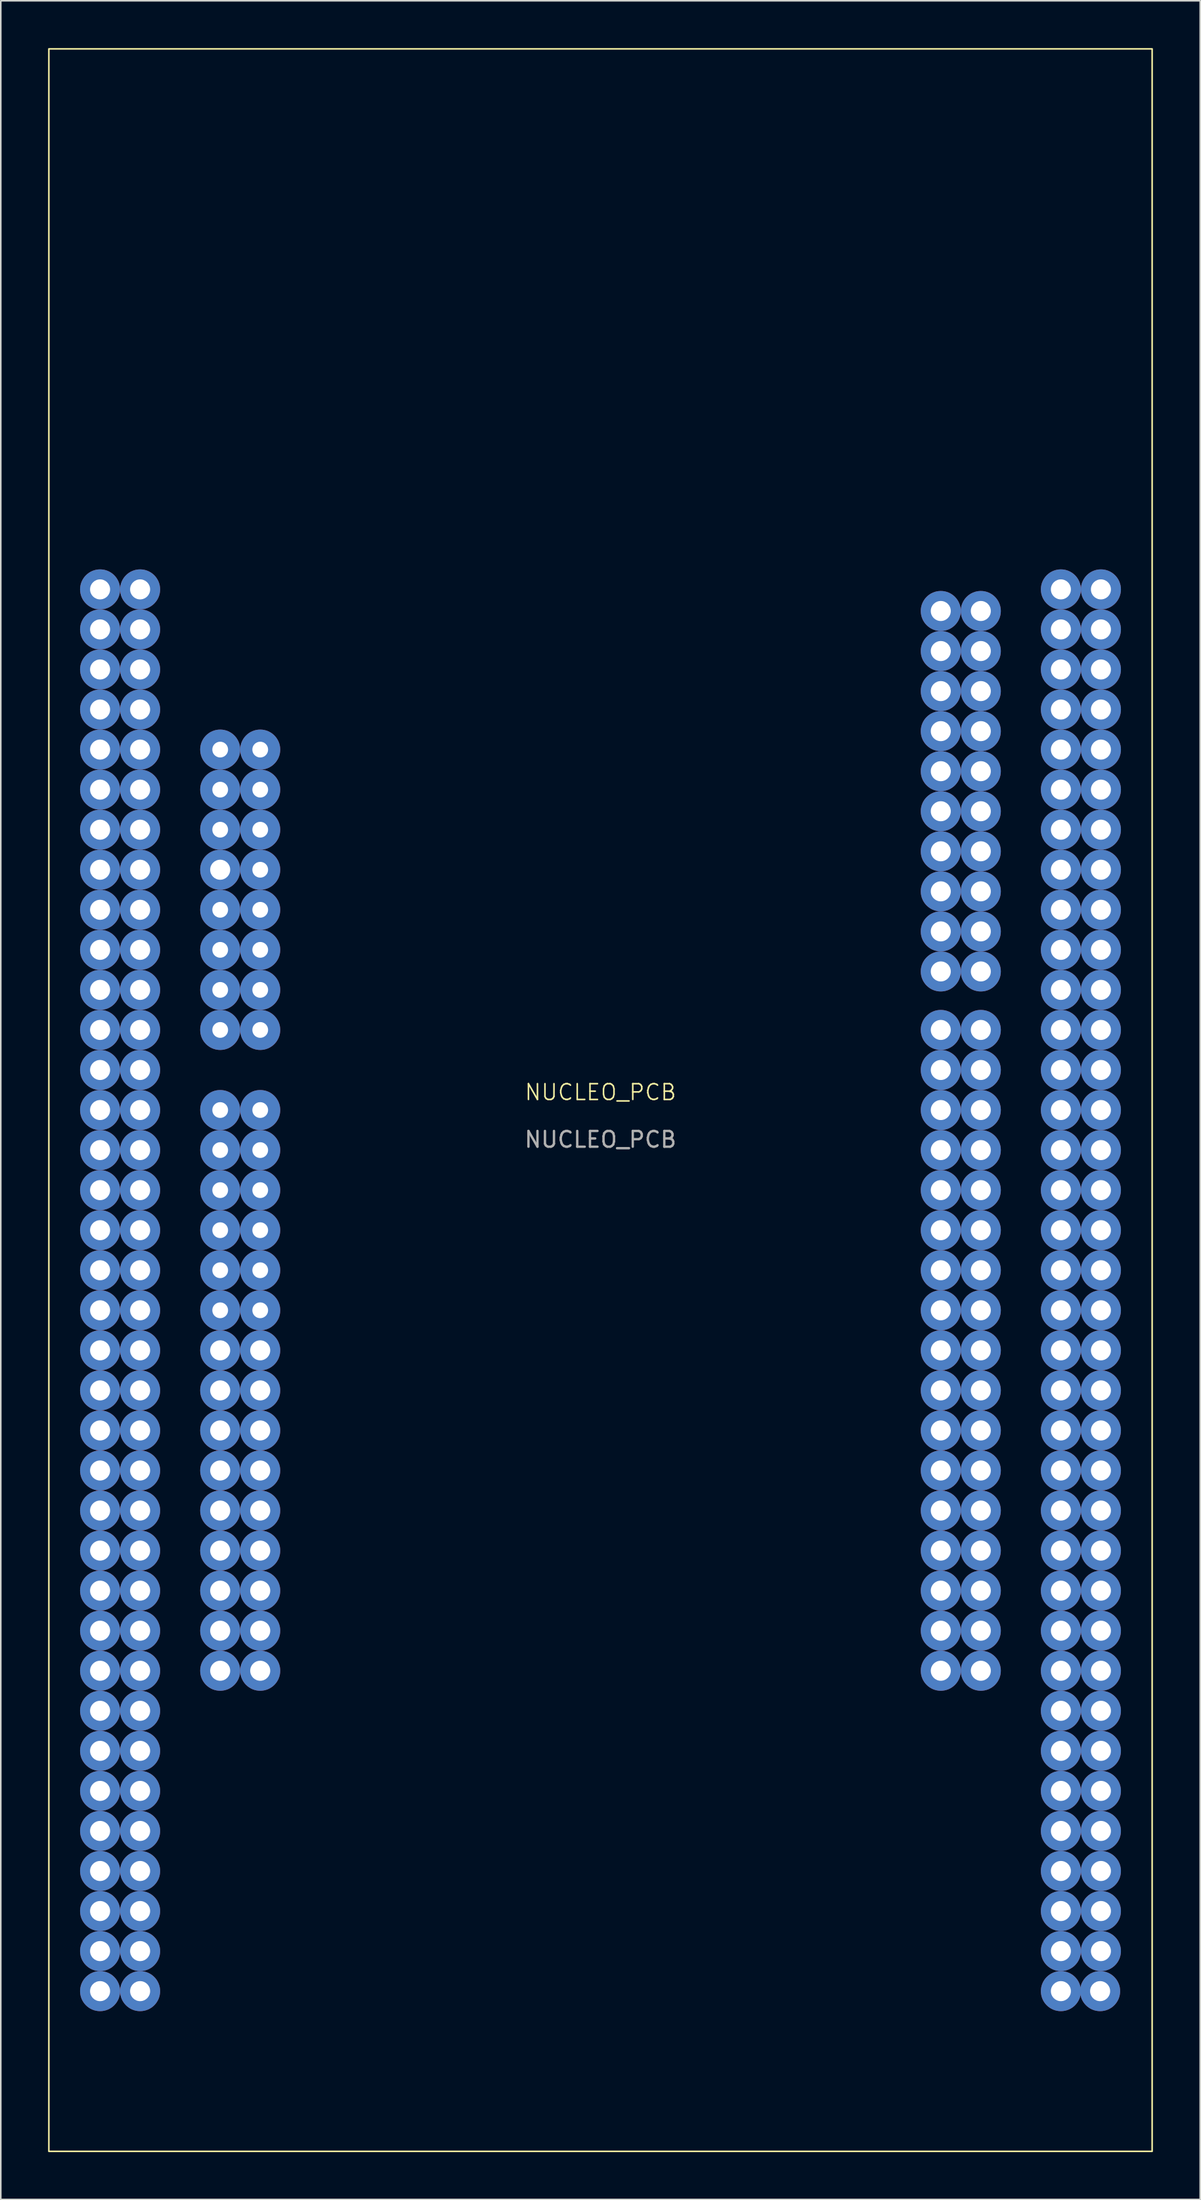
<source format=kicad_pcb>
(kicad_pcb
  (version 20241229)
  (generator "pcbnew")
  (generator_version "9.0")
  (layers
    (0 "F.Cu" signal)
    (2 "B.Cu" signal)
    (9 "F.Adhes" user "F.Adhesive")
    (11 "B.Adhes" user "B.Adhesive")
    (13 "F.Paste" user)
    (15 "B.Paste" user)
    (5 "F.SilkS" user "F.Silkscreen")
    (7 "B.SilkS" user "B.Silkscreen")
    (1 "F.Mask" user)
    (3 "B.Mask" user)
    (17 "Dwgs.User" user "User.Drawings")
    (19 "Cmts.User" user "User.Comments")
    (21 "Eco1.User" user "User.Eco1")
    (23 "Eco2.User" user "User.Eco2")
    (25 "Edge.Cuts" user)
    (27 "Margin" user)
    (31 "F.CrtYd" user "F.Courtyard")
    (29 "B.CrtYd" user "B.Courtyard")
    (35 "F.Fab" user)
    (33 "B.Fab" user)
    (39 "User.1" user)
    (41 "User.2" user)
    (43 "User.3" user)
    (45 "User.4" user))
  (footprint "NUCLEO_PCB"
    (layer "F.Cu")
    (at 35.05 66.72)
    (property "Reference" "NUCLEO_PCB" (at 0 -0.5 0) (unlocked yes) (layer "F.SilkS") (effects (font (size 1 1) (thickness 0.1))))
    (attr smd)
    (fp_rect (start -35 -66.67) (end 35 66.67) (stroke (width 0.1) (type default)) (fill no) (layer "F.SilkS"))
    (fp_text user "${REFERENCE}" (at 0 2.5 0) (unlocked yes) (layer "F.Fab") (effects (font (size 1 1) (thickness 0.15))))
    (pad "" thru_hole circle (at -31.75 -32.39 90) (size 2.54 2.54) (drill 1.27) (layers "*.Cu" "*.Mask"))
    (pad "" thru_hole circle (at -31.75 -29.85 90) (size 2.54 2.54) (drill 1.27) (layers "*.Cu" "*.Mask"))
    (pad "" thru_hole circle (at -31.75 -27.31 90) (size 2.54 2.54) (drill 1.27) (layers "*.Cu" "*.Mask"))
    (pad "" thru_hole circle (at -31.75 -24.77 90) (size 2.54 2.54) (drill 1.27) (layers "*.Cu" "*.Mask"))
    (pad "" thru_hole circle (at -31.75 -22.23 90) (size 2.54 2.54) (drill 1.27) (layers "*.Cu" "*.Mask"))
    (pad "" thru_hole circle (at -31.75 -19.69 90) (size 2.54 2.54) (drill 1.27) (layers "*.Cu" "*.Mask"))
    (pad "" thru_hole circle (at -31.75 -17.15 90) (size 2.54 2.54) (drill 1.27) (layers "*.Cu" "*.Mask"))
    (pad "" thru_hole circle (at -31.75 -14.61 90) (size 2.54 2.54) (drill 1.27) (layers "*.Cu" "*.Mask"))
    (pad "" thru_hole circle (at -31.75 -12.07 90) (size 2.54 2.54) (drill 1.27) (layers "*.Cu" "*.Mask"))
    (pad "" thru_hole circle (at -31.75 -9.53 90) (size 2.54 2.54) (drill 1.27) (layers "*.Cu" "*.Mask"))
    (pad "" thru_hole circle (at -31.75 -6.99 90) (size 2.54 2.54) (drill 1.27) (layers "*.Cu" "*.Mask"))
    (pad "" thru_hole circle (at -31.75 -4.45 90) (size 2.54 2.54) (drill 1.27) (layers "*.Cu" "*.Mask"))
    (pad "" thru_hole circle (at -31.75 -1.91 90) (size 2.54 2.54) (drill 1.27) (layers "*.Cu" "*.Mask"))
    (pad "" thru_hole circle (at -31.75 0.63 90) (size 2.54 2.54) (drill 1.27) (layers "*.Cu" "*.Mask"))
    (pad "" thru_hole circle (at -31.75 3.17 90) (size 2.54 2.54) (drill 1.27) (layers "*.Cu" "*.Mask"))
    (pad "" thru_hole circle (at -31.75 5.71 90) (size 2.54 2.54) (drill 1.27) (layers "*.Cu" "*.Mask"))
    (pad "" thru_hole circle (at -31.75 8.25 90) (size 2.54 2.54) (drill 1.27) (layers "*.Cu" "*.Mask"))
    (pad "" thru_hole circle (at -31.75 10.79 90) (size 2.54 2.54) (drill 1.27) (layers "*.Cu" "*.Mask"))
    (pad "" thru_hole circle (at -31.75 13.33 90) (size 2.54 2.54) (drill 1.27) (layers "*.Cu" "*.Mask"))
    (pad "" thru_hole circle (at -31.75 15.87 90) (size 2.54 2.54) (drill 1.27) (layers "*.Cu" "*.Mask"))
    (pad "" thru_hole circle (at -31.75 18.41 90) (size 2.54 2.54) (drill 1.27) (layers "*.Cu" "*.Mask"))
    (pad "" thru_hole circle (at -31.75 20.95 90) (size 2.54 2.54) (drill 1.27) (layers "*.Cu" "*.Mask"))
    (pad "" thru_hole circle (at -31.75 23.49 90) (size 2.54 2.54) (drill 1.27) (layers "*.Cu" "*.Mask"))
    (pad "" thru_hole circle (at -31.75 26.03 90) (size 2.54 2.54) (drill 1.27) (layers "*.Cu" "*.Mask"))
    (pad "" thru_hole circle (at -31.75 28.57 90) (size 2.54 2.54) (drill 1.27) (layers "*.Cu" "*.Mask"))
    (pad "" thru_hole circle (at -31.75 31.11 90) (size 2.54 2.54) (drill 1.27) (layers "*.Cu" "*.Mask" "Eco2.User"))
    (pad "" thru_hole circle (at -31.75 33.65 90) (size 2.54 2.54) (drill 1.27) (layers "*.Cu" "*.Mask"))
    (pad "" thru_hole circle (at -31.75 36.19 90) (size 2.54 2.54) (drill 1.27) (layers "*.Cu" "*.Mask"))
    (pad "" thru_hole circle (at -31.75 38.73 90) (size 2.54 2.54) (drill 1.27) (layers "*.Cu" "*.Mask"))
    (pad "" thru_hole circle (at -31.75 41.27 90) (size 2.54 2.54) (drill 1.27) (layers "*.Cu" "*.Mask"))
    (pad "" thru_hole circle (at -31.75 43.81 90) (size 2.54 2.54) (drill 1.27) (layers "*.Cu" "*.Mask" "Eco2.User"))
    (pad "" thru_hole circle (at -31.75 46.35 90) (size 2.54 2.54) (drill 1.27) (layers "*.Cu" "*.Mask"))
    (pad "" thru_hole circle (at -31.75 48.89 90) (size 2.54 2.54) (drill 1.27) (layers "*.Cu" "*.Mask"))
    (pad "" thru_hole circle (at -31.75 51.43 90) (size 2.54 2.54) (drill 1.27) (layers "*.Cu" "*.Mask"))
    (pad "" thru_hole circle (at -31.75 53.97 90) (size 2.54 2.54) (drill 1.27) (layers "*.Cu" "*.Mask"))
    (pad "" thru_hole circle (at -31.75 56.51 90) (size 2.54 2.54) (drill 1.27) (layers "*.Cu" "*.Mask"))
    (pad "" thru_hole circle (at -29.21 -32.39 90) (size 2.54 2.54) (drill 1.27) (layers "*.Cu" "*.Mask"))
    (pad "" thru_hole circle (at -29.21 -29.85 90) (size 2.54 2.54) (drill 1.27) (layers "*.Cu" "*.Mask"))
    (pad "" thru_hole circle (at -29.21 -27.31 90) (size 2.54 2.54) (drill 1.27) (layers "*.Cu" "*.Mask"))
    (pad "" thru_hole circle (at -29.21 -24.77 90) (size 2.54 2.54) (drill 1.27) (layers "*.Cu" "*.Mask"))
    (pad "" thru_hole circle (at -29.21 -22.23 90) (size 2.54 2.54) (drill 1.27) (layers "*.Cu" "*.Mask"))
    (pad "" thru_hole circle (at -29.21 -19.69 90) (size 2.54 2.54) (drill 1.27) (layers "*.Cu" "*.Mask"))
    (pad "" thru_hole circle (at -29.21 -17.15 90) (size 2.54 2.54) (drill 1.27) (layers "*.Cu" "*.Mask"))
    (pad "" thru_hole circle (at -29.21 -14.61 90) (size 2.54 2.54) (drill 1.27) (layers "*.Cu" "*.Mask"))
    (pad "" thru_hole circle (at -29.21 -12.07 90) (size 2.54 2.54) (drill 1.27) (layers "*.Cu" "*.Mask"))
    (pad "" thru_hole circle (at -29.21 -9.53 90) (size 2.54 2.54) (drill 1.27) (layers "*.Cu" "*.Mask"))
    (pad "" thru_hole circle (at -29.21 -6.99 90) (size 2.54 2.54) (drill 1.27) (layers "*.Cu" "*.Mask"))
    (pad "" thru_hole circle (at -29.21 -4.45 90) (size 2.54 2.54) (drill 1.27) (layers "*.Cu" "*.Mask"))
    (pad "" thru_hole circle (at -29.21 -1.91 90) (size 2.54 2.54) (drill 1.27) (layers "*.Cu" "*.Mask"))
    (pad "" thru_hole circle (at -29.21 0.63 90) (size 2.54 2.54) (drill 1.27) (layers "*.Cu" "*.Mask"))
    (pad "" thru_hole circle (at -29.21 3.17 90) (size 2.54 2.54) (drill 1.27) (layers "*.Cu" "*.Mask"))
    (pad "" thru_hole circle (at -29.21 5.71 90) (size 2.54 2.54) (drill 1.27) (layers "*.Cu" "*.Mask"))
    (pad "" thru_hole circle (at -29.21 8.25 90) (size 2.54 2.54) (drill 1.27) (layers "*.Cu" "*.Mask"))
    (pad "" thru_hole circle (at -29.21 10.79 90) (size 2.54 2.54) (drill 1.27) (layers "*.Cu" "*.Mask"))
    (pad "" thru_hole circle (at -29.21 13.33 90) (size 2.54 2.54) (drill 1.27) (layers "*.Cu" "*.Mask"))
    (pad "" thru_hole circle (at -29.21 15.87 90) (size 2.54 2.54) (drill 1.27) (layers "*.Cu" "*.Mask"))
    (pad "" thru_hole circle (at -29.21 18.41 90) (size 2.54 2.54) (drill 1.27) (layers "*.Cu" "*.Mask"))
    (pad "" thru_hole circle (at -29.21 20.95 90) (size 2.54 2.54) (drill 1.27) (layers "*.Cu" "*.Mask"))
    (pad "" thru_hole circle (at -29.21 23.49 90) (size 2.54 2.54) (drill 1.27) (layers "*.Cu" "*.Mask"))
    (pad "" thru_hole circle (at -29.21 26.03 90) (size 2.54 2.54) (drill 1.27) (layers "*.Cu" "*.Mask"))
    (pad "" thru_hole circle (at -29.21 28.57 90) (size 2.54 2.54) (drill 1.27) (layers "*.Cu" "*.Mask"))
    (pad "" thru_hole circle (at -29.21 31.11 90) (size 2.54 2.54) (drill 1.27) (layers "*.Cu" "*.Mask" "Eco2.User"))
    (pad "" thru_hole circle (at -29.21 33.65 90) (size 2.54 2.54) (drill 1.27) (layers "*.Cu" "*.Mask"))
    (pad "" thru_hole circle (at -29.21 36.19 90) (size 2.54 2.54) (drill 1.27) (layers "*.Cu" "*.Mask"))
    (pad "" thru_hole circle (at -29.21 38.73 90) (size 2.54 2.54) (drill 1.27) (layers "*.Cu" "*.Mask"))
    (pad "" thru_hole circle (at -29.21 41.27 90) (size 2.54 2.54) (drill 1.27) (layers "*.Cu" "*.Mask"))
    (pad "" thru_hole circle (at -29.21 43.81 90) (size 2.54 2.54) (drill 1.27) (layers "*.Cu" "*.Mask" "Eco2.User"))
    (pad "" thru_hole circle (at -29.21 46.35 90) (size 2.54 2.54) (drill 1.27) (layers "*.Cu" "*.Mask"))
    (pad "" thru_hole circle (at -29.21 48.89 90) (size 2.54 2.54) (drill 1.27) (layers "*.Cu" "*.Mask"))
    (pad "" thru_hole circle (at -29.21 51.43 90) (size 2.54 2.54) (drill 1.27) (layers "*.Cu" "*.Mask"))
    (pad "" thru_hole circle (at -29.21 53.97 90) (size 2.54 2.54) (drill 1.27) (layers "*.Cu" "*.Mask"))
    (pad "" thru_hole circle (at -29.21 56.51 90) (size 2.54 2.54) (drill 1.27) (layers "*.Cu" "*.Mask"))
    (pad "" thru_hole circle (at -24.13 15.87 90) (size 2.54 2.54) (drill 1.27) (layers "*.Cu" "*.Mask"))
    (pad "" thru_hole circle (at -24.13 18.41 90) (size 2.54 2.54) (drill 1.27) (layers "*.Cu" "*.Mask"))
    (pad "" thru_hole circle (at -24.13 20.95 90) (size 2.54 2.54) (drill 1.27) (layers "*.Cu" "*.Mask"))
    (pad "" thru_hole circle (at -24.13 23.49 90) (size 2.54 2.54) (drill 1.27) (layers "*.Cu" "*.Mask"))
    (pad "" thru_hole circle (at -24.13 26.03 90) (size 2.54 2.54) (drill 1.27) (layers "*.Cu" "*.Mask" "Eco2.User"))
    (pad "" thru_hole circle (at -24.13 28.57 90) (size 2.54 2.54) (drill 1.27) (layers "*.Cu" "*.Mask"))
    (pad "" thru_hole circle (at -24.13 31.11 90) (size 2.54 2.54) (drill 1.27) (layers "*.Cu" "*.Mask"))
    (pad "" thru_hole circle (at -24.13 33.65 90) (size 2.54 2.54) (drill 1.27) (layers "*.Cu" "*.Mask"))
    (pad "" thru_hole circle (at -24.13 36.19 90) (size 2.54 2.54) (drill 1.27) (layers "*.Cu" "*.Mask"))
    (pad "" thru_hole circle (at -21.59 15.87 90) (size 2.54 2.54) (drill 1.27) (layers "*.Cu" "*.Mask"))
    (pad "" thru_hole circle (at -21.59 18.41 90) (size 2.54 2.54) (drill 1.27) (layers "*.Cu" "*.Mask"))
    (pad "" thru_hole circle (at -21.59 20.95 90) (size 2.54 2.54) (drill 1.27) (layers "*.Cu" "*.Mask"))
    (pad "" thru_hole circle (at -21.59 23.49 90) (size 2.54 2.54) (drill 1.27) (layers "*.Cu" "*.Mask"))
    (pad "" thru_hole circle (at -21.59 26.03 90) (size 2.54 2.54) (drill 1.27) (layers "*.Cu" "*.Mask" "Eco2.User"))
    (pad "" thru_hole circle (at -21.59 28.57 90) (size 2.54 2.54) (drill 1.27) (layers "*.Cu" "*.Mask"))
    (pad "" thru_hole circle (at -21.59 31.11 90) (size 2.54 2.54) (drill 1.27) (layers "*.Cu" "*.Mask"))
    (pad "" thru_hole circle (at -21.59 33.65 90) (size 2.54 2.54) (drill 1.27) (layers "*.Cu" "*.Mask"))
    (pad "" thru_hole circle (at -21.59 36.19 90) (size 2.54 2.54) (drill 1.27) (layers "*.Cu" "*.Mask"))
    (pad "" thru_hole circle (at 21.59 -31.02 90) (size 2.54 2.54) (drill 1.27) (layers "*.Cu" "*.Mask"))
    (pad "" thru_hole circle (at 21.59 -28.48 90) (size 2.54 2.54) (drill 1.27) (layers "*.Cu" "*.Mask"))
    (pad "" thru_hole circle (at 21.59 -25.94 90) (size 2.54 2.54) (drill 1.27) (layers "*.Cu" "*.Mask"))
    (pad "" thru_hole circle (at 21.59 -23.4 90) (size 2.54 2.54) (drill 1.27) (layers "*.Cu" "*.Mask"))
    (pad "" thru_hole circle (at 21.59 -20.86 90) (size 2.54 2.54) (drill 1.27) (layers "*.Cu" "*.Mask"))
    (pad "" thru_hole circle (at 21.59 -18.32 90) (size 2.54 2.54) (drill 1.27) (layers "*.Cu" "*.Mask" "Eco2.User"))
    (pad "" thru_hole circle (at 21.59 -15.78 90) (size 2.54 2.54) (drill 1.27) (layers "*.Cu" "*.Mask"))
    (pad "" thru_hole circle (at 21.59 -13.24 90) (size 2.54 2.54) (drill 1.27) (layers "*.Cu" "*.Mask"))
    (pad "" thru_hole circle (at 21.59 -10.7 90) (size 2.54 2.54) (drill 1.27) (layers "*.Cu" "*.Mask"))
    (pad "" thru_hole circle (at 21.59 -8.16 90) (size 2.54 2.54) (drill 1.27) (layers "*.Cu" "*.Mask"))
    (pad "" thru_hole circle (at 21.59 -4.45 90) (size 2.54 2.54) (drill 1.27) (layers "*.Cu" "*.Mask"))
    (pad "" thru_hole circle (at 21.59 -1.91 90) (size 2.54 2.54) (drill 1.27) (layers "*.Cu" "*.Mask" "Eco2.User"))
    (pad "" thru_hole circle (at 21.59 3.17 90) (size 2.54 2.54) (drill 1.27) (layers "*.Cu" "*.Mask" "Eco2.User"))
    (pad "" thru_hole circle (at 21.59 5.71 90) (size 2.54 2.54) (drill 1.27) (layers "*.Cu" "*.Mask"))
    (pad "" thru_hole circle (at 21.59 8.25 90) (size 2.54 2.54) (drill 1.27) (layers "*.Cu" "*.Mask"))
    (pad "" thru_hole circle (at 21.59 10.79 90) (size 2.54 2.54) (drill 1.27) (layers "*.Cu" "*.Mask" "Eco2.User"))
    (pad "" thru_hole circle (at 21.59 13.33 90) (size 2.54 2.54) (drill 1.27) (layers "*.Cu" "*.Mask"))
    (pad "" thru_hole circle (at 21.59 15.87 90) (size 2.54 2.54) (drill 1.27) (layers "*.Cu" "*.Mask"))
    (pad "" thru_hole circle (at 21.59 18.41 90) (size 2.54 2.54) (drill 1.27) (layers "*.Cu" "*.Mask"))
    (pad "" thru_hole circle (at 21.59 20.95 90) (size 2.54 2.54) (drill 1.27) (layers "*.Cu" "*.Mask"))
    (pad "" thru_hole circle (at 21.59 23.49 90) (size 2.54 2.54) (drill 1.27) (layers "*.Cu" "*.Mask"))
    (pad "" thru_hole circle (at 21.59 26.03 90) (size 2.54 2.54) (drill 1.27) (layers "*.Cu" "*.Mask" "Eco2.User"))
    (pad "" thru_hole circle (at 21.59 28.57 90) (size 2.54 2.54) (drill 1.27) (layers "*.Cu" "*.Mask"))
    (pad "" thru_hole circle (at 21.59 31.11 90) (size 2.54 2.54) (drill 1.27) (layers "*.Cu" "*.Mask"))
    (pad "" thru_hole circle (at 21.59 33.65 90) (size 2.54 2.54) (drill 1.27) (layers "*.Cu" "*.Mask"))
    (pad "" thru_hole circle (at 21.59 36.19 90) (size 2.54 2.54) (drill 1.27) (layers "*.Cu" "*.Mask"))
    (pad "" thru_hole circle (at 24.13 15.87 90) (size 2.54 2.54) (drill 1.27) (layers "*.Cu" "*.Mask"))
    (pad "" thru_hole circle (at 24.13 18.41 90) (size 2.54 2.54) (drill 1.27) (layers "*.Cu" "*.Mask"))
    (pad "" thru_hole circle (at 24.13 20.95 90) (size 2.54 2.54) (drill 1.27) (layers "*.Cu" "*.Mask"))
    (pad "" thru_hole circle (at 24.13 23.49 90) (size 2.54 2.54) (drill 1.27) (layers "*.Cu" "*.Mask"))
    (pad "" thru_hole circle (at 24.13 26.03 90) (size 2.54 2.54) (drill 1.27) (layers "*.Cu" "*.Mask" "Eco2.User"))
    (pad "" thru_hole circle (at 24.13 28.57 90) (size 2.54 2.54) (drill 1.27) (layers "*.Cu" "*.Mask"))
    (pad "" thru_hole circle (at 24.13 31.11 90) (size 2.54 2.54) (drill 1.27) (layers "*.Cu" "*.Mask"))
    (pad "" thru_hole circle (at 24.13 33.65 90) (size 2.54 2.54) (drill 1.27) (layers "*.Cu" "*.Mask"))
    (pad "" thru_hole circle (at 24.13 36.19 90) (size 2.54 2.54) (drill 1.27) (layers "*.Cu" "*.Mask"))
    (pad "" thru_hole circle (at 29.21 -32.39 90) (size 2.54 2.54) (drill 1.27) (layers "*.Cu" "*.Mask"))
    (pad "" thru_hole circle (at 29.21 -29.85 90) (size 2.54 2.54) (drill 1.27) (layers "*.Cu" "*.Mask"))
    (pad "" thru_hole circle (at 29.21 -27.31 90) (size 2.54 2.54) (drill 1.27) (layers "*.Cu" "*.Mask"))
    (pad "" thru_hole circle (at 29.21 -24.77 90) (size 2.54 2.54) (drill 1.27) (layers "*.Cu" "*.Mask"))
    (pad "" thru_hole circle (at 29.21 -22.23 90) (size 2.54 2.54) (drill 1.27) (layers "*.Cu" "*.Mask"))
    (pad "" thru_hole circle (at 29.21 -19.69 90) (size 2.54 2.54) (drill 1.27) (layers "*.Cu" "*.Mask"))
    (pad "" thru_hole circle (at 29.21 -17.15 90) (size 2.54 2.54) (drill 1.27) (layers "*.Cu" "*.Mask"))
    (pad "" thru_hole circle (at 29.21 -14.61 90) (size 2.54 2.54) (drill 1.27) (layers "*.Cu" "*.Mask"))
    (pad "" thru_hole circle (at 29.21 -12.07 90) (size 2.54 2.54) (drill 1.27) (layers "*.Cu" "*.Mask"))
    (pad "" thru_hole circle (at 29.21 -9.53 90) (size 2.54 2.54) (drill 1.27) (layers "*.Cu" "*.Mask"))
    (pad "" thru_hole circle (at 29.21 -6.99 90) (size 2.54 2.54) (drill 1.27) (layers "*.Cu" "*.Mask"))
    (pad "" thru_hole circle (at 29.21 -4.45 90) (size 2.54 2.54) (drill 1.27) (layers "*.Cu" "*.Mask"))
    (pad "" thru_hole circle (at 29.21 -1.91 90) (size 2.54 2.54) (drill 1.27) (layers "*.Cu" "*.Mask"))
    (pad "" thru_hole circle (at 29.21 0.63 90) (size 2.54 2.54) (drill 1.27) (layers "*.Cu" "*.Mask"))
    (pad "" thru_hole circle (at 29.21 3.17 90) (size 2.54 2.54) (drill 1.27) (layers "*.Cu" "*.Mask"))
    (pad "" thru_hole circle (at 29.21 5.71 90) (size 2.54 2.54) (drill 1.27) (layers "*.Cu" "*.Mask"))
    (pad "" thru_hole circle (at 29.21 8.25 90) (size 2.54 2.54) (drill 1.27) (layers "*.Cu" "*.Mask"))
    (pad "" thru_hole circle (at 29.21 10.79 90) (size 2.54 2.54) (drill 1.27) (layers "*.Cu" "*.Mask"))
    (pad "" thru_hole circle (at 29.21 13.33 90) (size 2.54 2.54) (drill 1.27) (layers "*.Cu" "*.Mask"))
    (pad "" thru_hole circle (at 29.21 15.87 90) (size 2.54 2.54) (drill 1.27) (layers "*.Cu" "*.Mask"))
    (pad "" thru_hole circle (at 29.21 18.41 90) (size 2.54 2.54) (drill 1.27) (layers "*.Cu" "*.Mask"))
    (pad "" thru_hole circle (at 29.21 20.95 90) (size 2.54 2.54) (drill 1.27) (layers "*.Cu" "*.Mask"))
    (pad "" thru_hole circle (at 29.21 23.49 90) (size 2.54 2.54) (drill 1.27) (layers "*.Cu" "*.Mask"))
    (pad "" thru_hole circle (at 29.21 26.03 90) (size 2.54 2.54) (drill 1.27) (layers "*.Cu" "*.Mask"))
    (pad "" thru_hole circle (at 29.21 28.57 90) (size 2.54 2.54) (drill 1.27) (layers "*.Cu" "*.Mask"))
    (pad "" thru_hole circle (at 29.21 31.11 90) (size 2.54 2.54) (drill 1.27) (layers "*.Cu" "*.Mask" "Eco2.User"))
    (pad "" thru_hole circle (at 29.21 33.65 90) (size 2.54 2.54) (drill 1.27) (layers "*.Cu" "*.Mask"))
    (pad "" thru_hole circle (at 29.21 36.19 90) (size 2.54 2.54) (drill 1.27) (layers "*.Cu" "*.Mask"))
    (pad "" thru_hole circle (at 29.21 38.73 90) (size 2.54 2.54) (drill 1.27) (layers "*.Cu" "*.Mask"))
    (pad "" thru_hole circle (at 29.21 41.27 90) (size 2.54 2.54) (drill 1.27) (layers "*.Cu" "*.Mask"))
    (pad "" thru_hole circle (at 29.21 43.81 90) (size 2.54 2.54) (drill 1.27) (layers "*.Cu" "*.Mask" "Eco2.User"))
    (pad "" thru_hole circle (at 29.21 46.35 90) (size 2.54 2.54) (drill 1.27) (layers "*.Cu" "*.Mask"))
    (pad "" thru_hole circle (at 29.21 48.89 90) (size 2.54 2.54) (drill 1.27) (layers "*.Cu" "*.Mask"))
    (pad "" thru_hole circle (at 29.21 51.43 90) (size 2.54 2.54) (drill 1.27) (layers "*.Cu" "*.Mask"))
    (pad "" thru_hole circle (at 29.21 53.97 90) (size 2.54 2.54) (drill 1.27) (layers "*.Cu" "*.Mask"))
    (pad "" thru_hole circle (at 29.21 56.51 90) (size 2.54 2.54) (drill 1.27) (layers "*.Cu" "*.Mask"))
    (pad "" thru_hole circle (at 31.7 56.51 90) (size 2.54 2.54) (drill 1.27) (layers "*.Cu" "*.Mask"))
    (pad "" thru_hole circle (at 31.75 -32.39 90) (size 2.54 2.54) (drill 1.27) (layers "*.Cu" "*.Mask"))
    (pad "" thru_hole circle (at 31.75 -29.85 90) (size 2.54 2.54) (drill 1.27) (layers "*.Cu" "*.Mask"))
    (pad "" thru_hole circle (at 31.75 -27.31 90) (size 2.54 2.54) (drill 1.27) (layers "*.Cu" "*.Mask"))
    (pad "" thru_hole circle (at 31.75 -24.77 90) (size 2.54 2.54) (drill 1.27) (layers "*.Cu" "*.Mask"))
    (pad "" thru_hole circle (at 31.75 -22.23 90) (size 2.54 2.54) (drill 1.27) (layers "*.Cu" "*.Mask"))
    (pad "" thru_hole circle (at 31.75 -19.69 90) (size 2.54 2.54) (drill 1.27) (layers "*.Cu" "*.Mask"))
    (pad "" thru_hole circle (at 31.75 -17.15 90) (size 2.54 2.54) (drill 1.27) (layers "*.Cu" "*.Mask"))
    (pad "" thru_hole circle (at 31.75 -14.61 90) (size 2.54 2.54) (drill 1.27) (layers "*.Cu" "*.Mask"))
    (pad "" thru_hole circle (at 31.75 -12.07 90) (size 2.54 2.54) (drill 1.27) (layers "*.Cu" "*.Mask"))
    (pad "" thru_hole circle (at 31.75 -9.53 90) (size 2.54 2.54) (drill 1.27) (layers "*.Cu" "*.Mask"))
    (pad "" thru_hole circle (at 31.75 -6.99 90) (size 2.54 2.54) (drill 1.27) (layers "*.Cu" "*.Mask"))
    (pad "" thru_hole circle (at 31.75 -4.45 90) (size 2.54 2.54) (drill 1.27) (layers "*.Cu" "*.Mask"))
    (pad "" thru_hole circle (at 31.75 -1.91 90) (size 2.54 2.54) (drill 1.27) (layers "*.Cu" "*.Mask"))
    (pad "" thru_hole circle (at 31.75 0.63 90) (size 2.54 2.54) (drill 1.27) (layers "*.Cu" "*.Mask"))
    (pad "" thru_hole circle (at 31.75 3.17 90) (size 2.54 2.54) (drill 1.27) (layers "*.Cu" "*.Mask"))
    (pad "" thru_hole circle (at 31.75 5.71 90) (size 2.54 2.54) (drill 1.27) (layers "*.Cu" "*.Mask"))
    (pad "" thru_hole circle (at 31.75 8.25 90) (size 2.54 2.54) (drill 1.27) (layers "*.Cu" "*.Mask"))
    (pad "" thru_hole circle (at 31.75 10.79 90) (size 2.54 2.54) (drill 1.27) (layers "*.Cu" "*.Mask"))
    (pad "" thru_hole circle (at 31.75 13.33 90) (size 2.54 2.54) (drill 1.27) (layers "*.Cu" "*.Mask"))
    (pad "" thru_hole circle (at 31.75 15.87 90) (size 2.54 2.54) (drill 1.27) (layers "*.Cu" "*.Mask"))
    (pad "" thru_hole circle (at 31.75 18.41 90) (size 2.54 2.54) (drill 1.27) (layers "*.Cu" "*.Mask"))
    (pad "" thru_hole circle (at 31.75 20.95 90) (size 2.54 2.54) (drill 1.27) (layers "*.Cu" "*.Mask"))
    (pad "" thru_hole circle (at 31.75 23.49 90) (size 2.54 2.54) (drill 1.27) (layers "*.Cu" "*.Mask"))
    (pad "" thru_hole circle (at 31.75 26.03 90) (size 2.54 2.54) (drill 1.27) (layers "*.Cu" "*.Mask"))
    (pad "" thru_hole circle (at 31.75 28.57 90) (size 2.54 2.54) (drill 1.27) (layers "*.Cu" "*.Mask"))
    (pad "" thru_hole circle (at 31.75 31.11 90) (size 2.54 2.54) (drill 1.27) (layers "*.Cu" "*.Mask" "Eco2.User"))
    (pad "" thru_hole circle (at 31.75 33.65 90) (size 2.54 2.54) (drill 1.27) (layers "*.Cu" "*.Mask"))
    (pad "" thru_hole circle (at 31.75 36.19 90) (size 2.54 2.54) (drill 1.27) (layers "*.Cu" "*.Mask"))
    (pad "" thru_hole circle (at 31.75 38.73 90) (size 2.54 2.54) (drill 1.27) (layers "*.Cu" "*.Mask"))
    (pad "" thru_hole circle (at 31.75 41.27 90) (size 2.54 2.54) (drill 1.27) (layers "*.Cu" "*.Mask"))
    (pad "" thru_hole circle (at 31.75 43.81 90) (size 2.54 2.54) (drill 1.27) (layers "*.Cu" "*.Mask" "Eco2.User"))
    (pad "" thru_hole circle (at 31.75 46.35 90) (size 2.54 2.54) (drill 1.27) (layers "*.Cu" "*.Mask"))
    (pad "" thru_hole circle (at 31.75 48.89 90) (size 2.54 2.54) (drill 1.27) (layers "*.Cu" "*.Mask"))
    (pad "" thru_hole circle (at 31.75 51.43 90) (size 2.54 2.54) (drill 1.27) (layers "*.Cu" "*.Mask"))
    (pad "" thru_hole circle (at 31.75 53.97 90) (size 2.54 2.54) (drill 1.27) (layers "*.Cu" "*.Mask"))
    (pad "1" thru_hole circle (at -24.13 -22.23 90) (size 2.54 2.54) (drill 1) (layers "*.Cu" "*.Mask"))
    (pad "1" thru_hole circle (at -24.13 0.63 90) (size 2.54 2.54) (drill 1) (layers "*.Cu" "*.Mask"))
    (pad "2" thru_hole circle (at -21.59 -22.23 90) (size 2.54 2.54) (drill 1) (layers "*.Cu" "*.Mask"))
    (pad "2" thru_hole circle (at -21.59 0.63 90) (size 2.54 2.54) (drill 1) (layers "*.Cu" "*.Mask"))
    (pad "3" thru_hole circle (at -24.13 -19.69 90) (size 2.54 2.54) (drill 1) (layers "*.Cu" "*.Mask"))
    (pad "3" thru_hole circle (at -24.13 3.17 90) (size 2.54 2.54) (drill 1) (layers "*.Cu" "*.Mask" "Eco2.User"))
    (pad "4" thru_hole circle (at -21.59 -19.69 90) (size 2.54 2.54) (drill 1) (layers "*.Cu" "*.Mask"))
    (pad "4" thru_hole circle (at -21.59 3.17 90) (size 2.54 2.54) (drill 1) (layers "*.Cu" "*.Mask" "Eco2.User"))
    (pad "5" thru_hole circle (at -24.13 -17.15 90) (size 2.54 2.54) (drill 1) (layers "*.Cu" "*.Mask"))
    (pad "5" thru_hole circle (at -24.13 5.71 90) (size 2.54 2.54) (drill 1) (layers "*.Cu" "*.Mask"))
    (pad "6" thru_hole circle (at -21.59 -17.15 90) (size 2.54 2.54) (drill 1) (layers "*.Cu" "*.Mask"))
    (pad "6" thru_hole circle (at -21.59 5.71 90) (size 2.54 2.54) (drill 1) (layers "*.Cu" "*.Mask"))
    (pad "7" thru_hole circle (at -24.13 -14.61 90) (size 2.54 2.54) (drill 1.27) (layers "*.Cu" "*.Mask"))
    (pad "7" thru_hole circle (at -24.13 8.25 90) (size 2.54 2.54) (drill 1) (layers "*.Cu" "*.Mask"))
    (pad "8" thru_hole circle (at -21.59 -14.61 90) (size 2.54 2.54) (drill 1) (layers "*.Cu" "*.Mask" "Eco2.User"))
    (pad "8" thru_hole circle (at -21.59 8.25 90) (size 2.54 2.54) (drill 1) (layers "*.Cu" "*.Mask"))
    (pad "9" thru_hole circle (at -24.13 -12.07 90) (size 2.54 2.54) (drill 1) (layers "*.Cu" "*.Mask"))
    (pad "9" thru_hole circle (at -24.13 10.79 90) (size 2.54 2.54) (drill 1) (layers "*.Cu" "*.Mask" "Eco2.User"))
    (pad "10" thru_hole circle (at -21.59 -12.07 90) (size 2.54 2.54) (drill 1) (layers "*.Cu" "*.Mask"))
    (pad "10" thru_hole circle (at -21.59 10.79 90) (size 2.54 2.54) (drill 1) (layers "*.Cu" "*.Mask" "Eco2.User"))
    (pad "11" thru_hole circle (at -24.13 -9.53 90) (size 2.54 2.54) (drill 1) (layers "*.Cu" "*.Mask"))
    (pad "11" thru_hole circle (at -24.13 13.33 90) (size 2.54 2.54) (drill 1) (layers "*.Cu" "*.Mask"))
    (pad "12" thru_hole circle (at -21.59 -9.53 90) (size 2.54 2.54) (drill 1) (layers "*.Cu" "*.Mask"))
    (pad "12" thru_hole circle (at -21.59 13.33 90) (size 2.54 2.54) (drill 1) (layers "*.Cu" "*.Mask"))
    (pad "13" thru_hole circle (at -24.13 -6.99 90) (size 2.54 2.54) (drill 1) (layers "*.Cu" "*.Mask"))
    (pad "14" thru_hole circle (at -21.59 -6.99 90) (size 2.54 2.54) (drill 1) (layers "*.Cu" "*.Mask"))
    (pad "15" thru_hole circle (at -24.13 -4.45 90) (size 2.54 2.54) (drill 1) (layers "*.Cu" "*.Mask"))
    (pad "16" thru_hole circle (at -21.59 -4.45 90) (size 2.54 2.54) (drill 1) (layers "*.Cu" "*.Mask"))
    (pad "CS" thru_hole circle (at 24.13 -13.24 90) (size 2.54 2.54) (drill 1.27) (layers "*.Cu" "*.Mask"))
    (pad "D2" thru_hole circle (at 24.13 8.25 90) (size 2.54 2.54) (drill 1.27) (layers "*.Cu" "*.Mask"))
    (pad "D3" thru_hole circle (at 24.13 5.71 90) (size 2.54 2.54) (drill 1.27) (layers "*.Cu" "*.Mask"))
    (pad "D4" thru_hole circle (at 24.13 3.17 90) (size 2.54 2.54) (drill 1.27) (layers "*.Cu" "*.Mask" "Eco2.User"))
    (pad "D5" thru_hole circle (at 24.13 0.63 90) (size 2.54 2.54) (drill 1.27) (layers "*.Cu" "*.Mask"))
    (pad "D6" thru_hole circle (at 24.13 -1.91 90) (size 2.54 2.54) (drill 1.27) (layers "*.Cu" "*.Mask" "Eco2.User"))
    (pad "D7" thru_hole circle (at 24.13 -4.45 90) (size 2.54 2.54) (drill 1.27) (layers "*.Cu" "*.Mask"))
    (pad "D8" thru_hole circle (at 24.13 -8.16 90) (size 2.54 2.54) (drill 1.27) (layers "*.Cu" "*.Mask"))
    (pad "GND" thru_hole circle (at 21.59 0.63 90) (size 2.54 2.54) (drill 1.27) (layers "*.Cu" "*.Mask"))
    (pad "GND" thru_hole circle (at 24.13 -23.4 90) (size 2.54 2.54) (drill 1.27) (layers "*.Cu" "*.Mask"))
    (pad "MISO" thru_hole circle (at 24.13 -18.32 90) (size 2.54 2.54) (drill 1.27) (layers "*.Cu" "*.Mask" "Eco2.User"))
    (pad "MOSI" thru_hole circle (at 24.13 -15.78 90) (size 2.54 2.54) (drill 1.27) (layers "*.Cu" "*.Mask"))
    (pad "NREF" thru_hole circle (at 24.13 -25.94 90) (size 2.54 2.54) (drill 1.27) (layers "*.Cu" "*.Mask"))
    (pad "RX" thru_hole circle (at 24.13 13.33 90) (size 2.54 2.54) (drill 1.27) (layers "*.Cu" "*.Mask"))
    (pad "SCK" thru_hole circle (at 24.13 -20.86 90) (size 2.54 2.54) (drill 1.27) (layers "*.Cu" "*.Mask"))
    (pad "SCL" thru_hole circle (at 24.13 -31.02 90) (size 2.54 2.54) (drill 1.27) (layers "*.Cu" "*.Mask"))
    (pad "SDA" thru_hole circle (at 24.13 -28.48 90) (size 2.54 2.54) (drill 1.27) (layers "*.Cu" "*.Mask"))
    (pad "TX" thru_hole circle (at 24.13 10.79 90) (size 2.54 2.54) (drill 1.27) (layers "*.Cu" "*.Mask" "Eco2.User"))
    (pad "pwm" thru_hole circle (at 24.13 -10.7 90) (size 2.54 2.54) (drill 1.27) (layers "*.Cu" "*.Mask")))
  (gr_rect
    (start -3 -3)
    (end 73.1 136.44)
    (stroke (width 0.1) (type default))
    (fill no)
    (layer "Edge.Cuts")))
</source>
